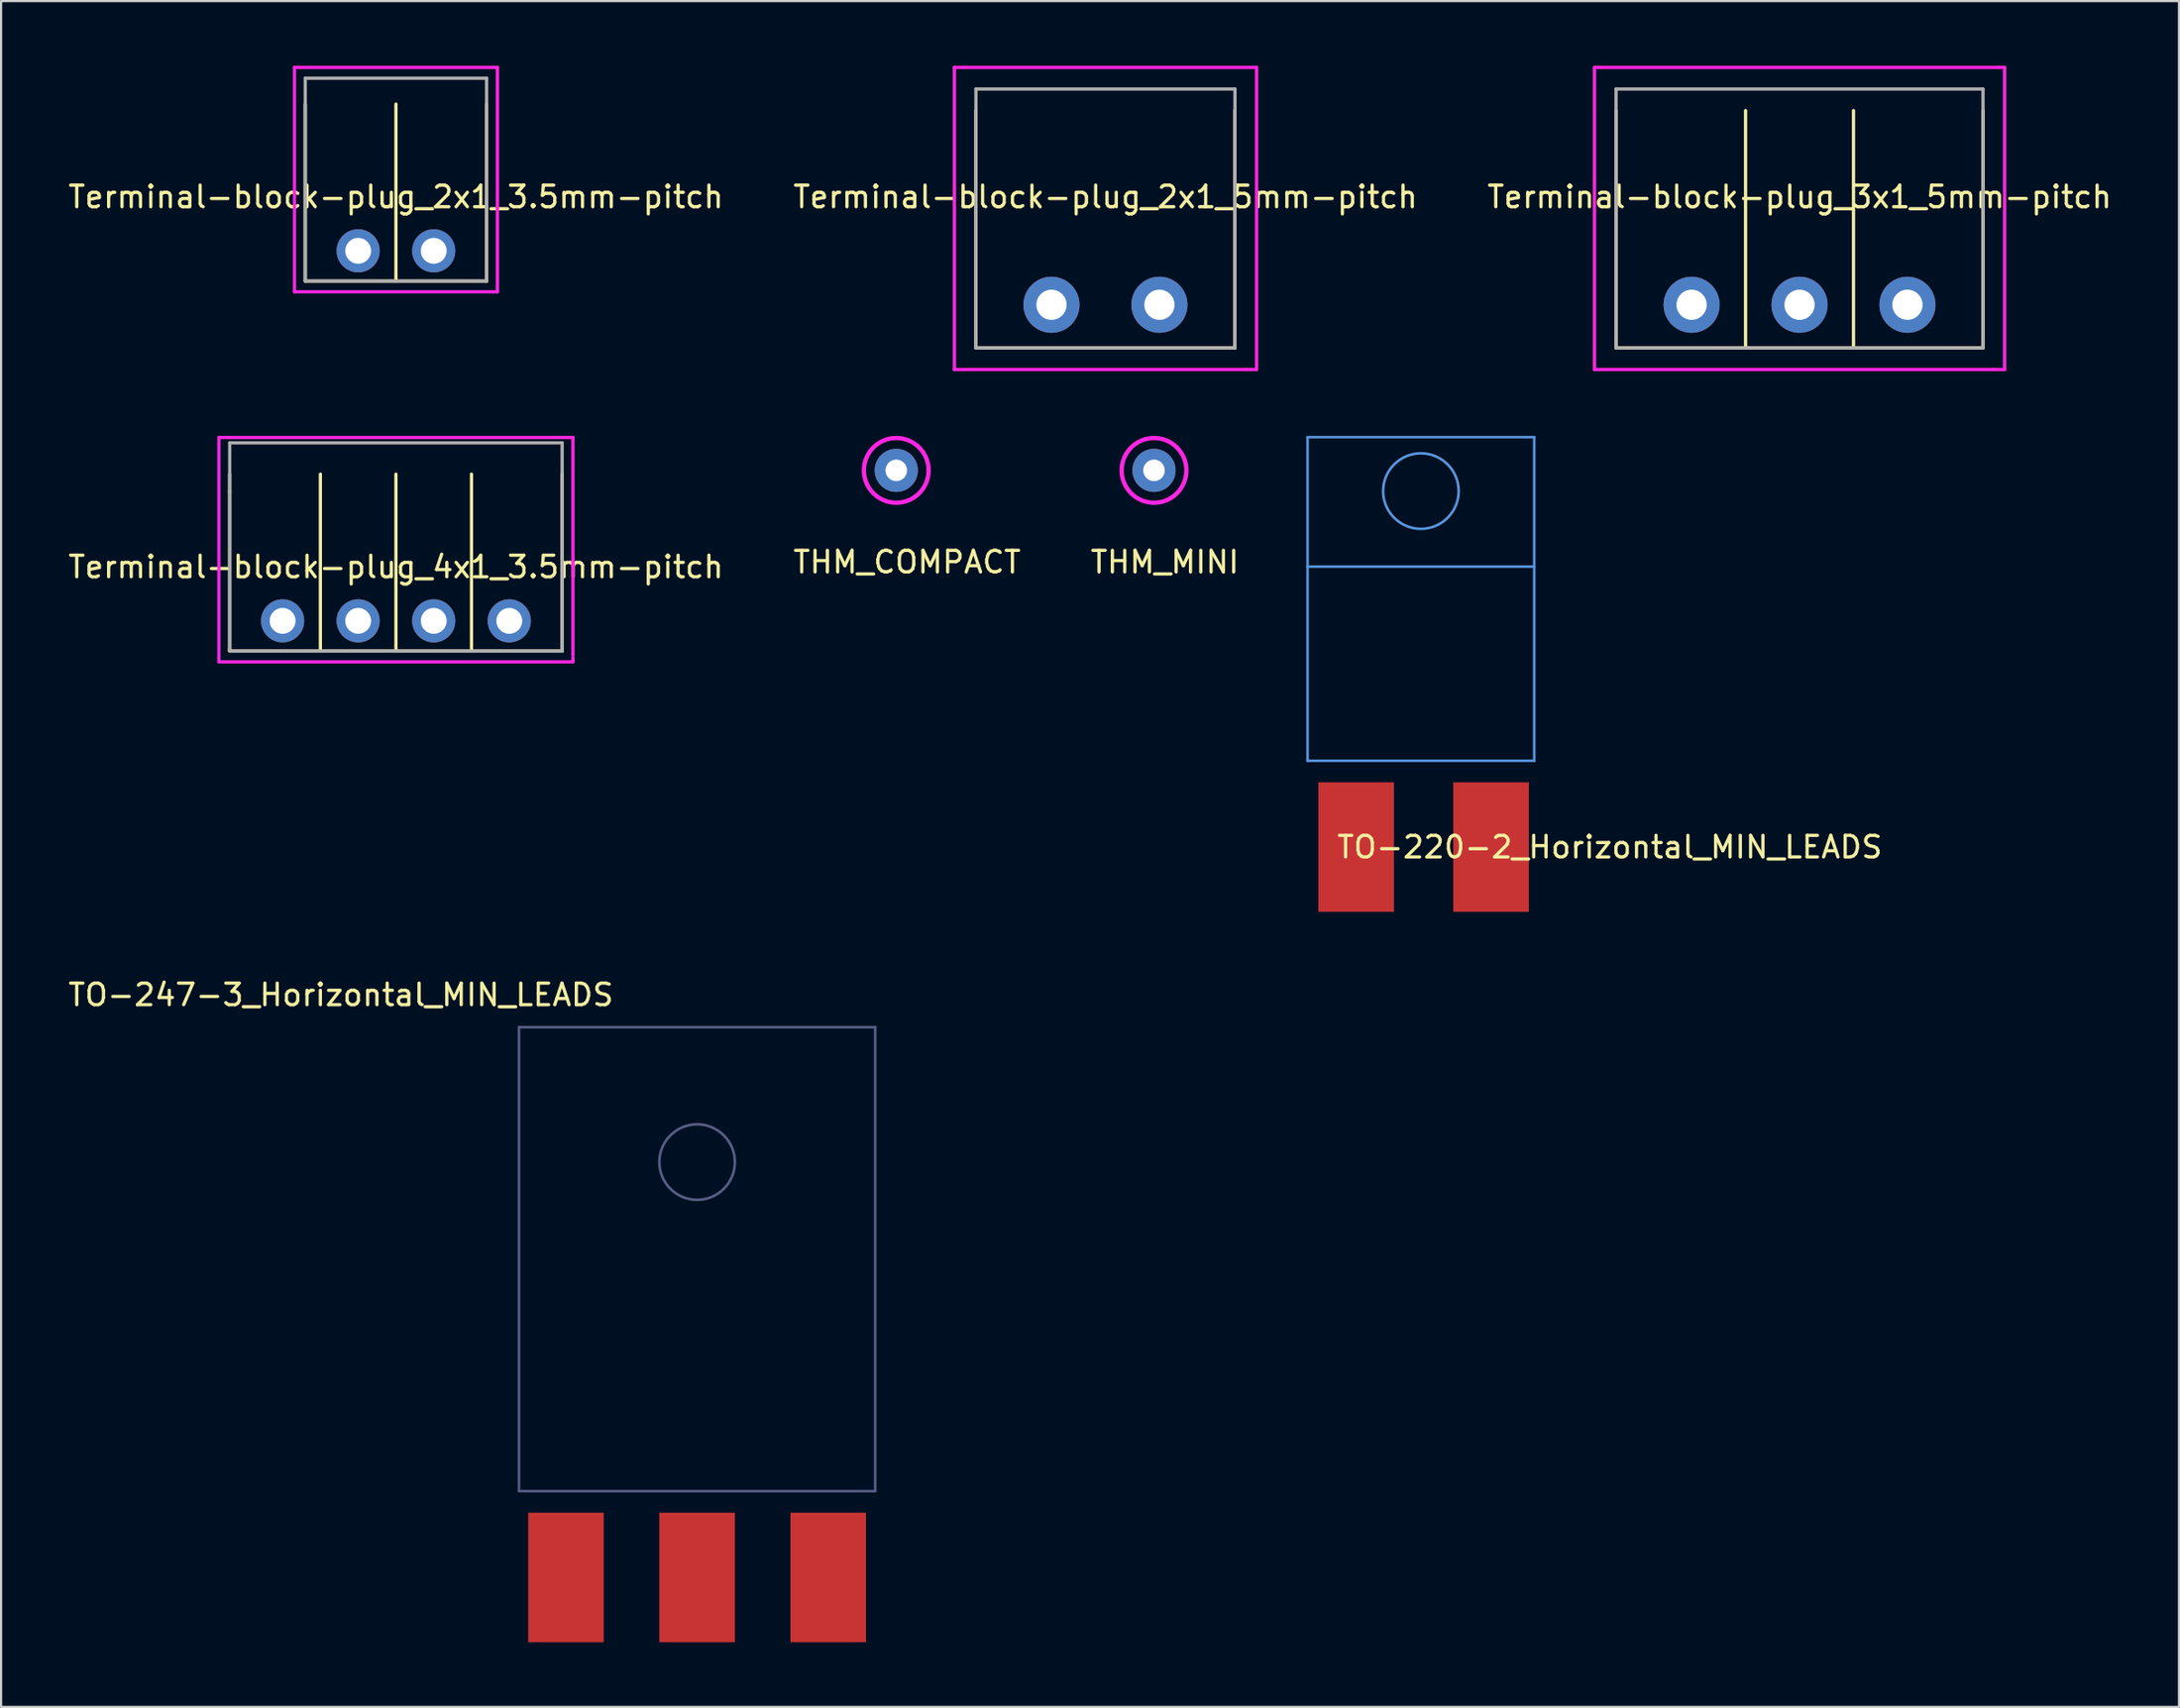
<source format=kicad_pcb>
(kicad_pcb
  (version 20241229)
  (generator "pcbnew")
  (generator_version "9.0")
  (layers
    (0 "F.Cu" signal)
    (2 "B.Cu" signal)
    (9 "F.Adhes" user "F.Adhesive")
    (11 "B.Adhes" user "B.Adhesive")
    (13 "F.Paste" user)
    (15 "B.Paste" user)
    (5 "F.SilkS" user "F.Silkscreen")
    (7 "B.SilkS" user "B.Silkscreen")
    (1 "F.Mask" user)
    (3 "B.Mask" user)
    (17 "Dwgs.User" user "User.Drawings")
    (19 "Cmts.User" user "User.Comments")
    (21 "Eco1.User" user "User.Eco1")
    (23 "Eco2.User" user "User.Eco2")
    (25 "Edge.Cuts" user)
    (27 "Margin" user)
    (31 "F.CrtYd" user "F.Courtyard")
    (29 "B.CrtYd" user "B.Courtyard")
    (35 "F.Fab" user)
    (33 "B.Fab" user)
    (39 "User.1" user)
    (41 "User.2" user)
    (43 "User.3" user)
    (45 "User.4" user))
  (footprint "Terminal-block-plug_4x1_3.5mm-pitch"
    (layer "F.Cu")
    (at 15.292 25.725)
    (property "Reference" "Terminal-block-plug_4x1_3.5mm-pitch" (at 0 -2.5 0) (layer "F.SilkS") (effects (font (size 1 1) (thickness 0.15))))
    (attr through_hole)
    (fp_line (start -7.7 -6.8) (end -7.7 -6) (stroke (width 0.15) (type solid)) (layer "F.SilkS"))
    (fp_line (start -7.7 -6) (end -7.7 1.3) (stroke (width 0.15) (type solid)) (layer "F.SilkS"))
    (fp_line (start -7.7 1.3) (end -7.7 1.4) (stroke (width 0.15) (type solid)) (layer "F.SilkS"))
    (fp_line (start -7.7 1.4) (end 7.7 1.4) (stroke (width 0.15) (type solid)) (layer "F.SilkS"))
    (fp_line (start -3.5 1.4) (end -3.5 -6.8) (stroke (width 0.15) (type solid)) (layer "F.SilkS"))
    (fp_line (start 0 1.4) (end 0 -6.8) (stroke (width 0.15) (type solid)) (layer "F.SilkS"))
    (fp_line (start 3.5 1.4) (end 3.5 -6.8) (stroke (width 0.15) (type solid)) (layer "F.SilkS"))
    (fp_line (start 7.7 1.4) (end 7.7 -6.8) (stroke (width 0.15) (type solid)) (layer "F.SilkS"))
    (fp_line (start -8.2 -8.5) (end 8.2 -8.5) (stroke (width 0.15) (type solid)) (layer "F.CrtYd"))
    (fp_line (start -8.2 1.9) (end -8.2 -8.5) (stroke (width 0.15) (type solid)) (layer "F.CrtYd"))
    (fp_line (start -8.2 1.9) (end 8.2 1.9) (stroke (width 0.15) (type solid)) (layer "F.CrtYd"))
    (fp_line (start 8.2 -8.5) (end 8.2 1.6) (stroke (width 0.15) (type solid)) (layer "F.CrtYd"))
    (fp_line (start 8.2 1.9) (end 8.2 1.7) (stroke (width 0.15) (type solid)) (layer "F.CrtYd"))
    (fp_line (start -7.7 -8.25) (end 7.7 -8.25) (stroke (width 0.15) (type solid)) (layer "F.Fab"))
    (fp_line (start -7.7 1.4) (end -7.7 -8.25) (stroke (width 0.15) (type solid)) (layer "F.Fab"))
    (fp_line (start 7.7 -8.25) (end 7.7 1.4) (stroke (width 0.15) (type solid)) (layer "F.Fab"))
    (fp_line (start 7.7 1.4) (end -7.7 1.4) (stroke (width 0.15) (type solid)) (layer "F.Fab"))
    (pad "1" thru_hole circle (at -5.25 0) (size 2 2) (drill 1.2) (layers "*.Cu" "*.Mask"))
    (pad "2" thru_hole circle (at -1.75 0) (size 2 2) (drill 1.2) (layers "*.Cu" "*.Mask"))
    (pad "3" thru_hole circle (at 1.75 0) (size 2 2) (drill 1.2) (layers "*.Cu" "*.Mask"))
    (pad "4" thru_hole circle (at 5.25 0) (size 2 2) (drill 1.2) (layers "*.Cu" "*.Mask")))
  (footprint "TO-220-2_Horizontal_MIN_LEADS"
    (layer "F.Cu")
    (at 62.774 36.21)
    (property "Reference" "TO-220-2_Horizontal_MIN_LEADS" (at 8.75 0 0) (layer "F.SilkS") (effects (font (size 1 1) (thickness 0.15))))
    (attr through_hole)
    (fp_line (start -5.25 -19) (end -5.25 -4) (stroke (width 0.12) (type solid)) (layer "Cmts.User"))
    (fp_line (start -5.25 -13) (end 5.25 -13) (stroke (width 0.12) (type solid)) (layer "Cmts.User"))
    (fp_line (start -5.25 -4) (end 5.25 -4) (stroke (width 0.12) (type solid)) (layer "Cmts.User"))
    (fp_line (start 5.25 -19) (end -5.25 -19) (stroke (width 0.12) (type solid)) (layer "Cmts.User"))
    (fp_line (start 5.25 -4) (end 5.25 -19) (stroke (width 0.12) (type solid)) (layer "Cmts.User"))
    (fp_circle (center 0 -16.5) (end 1.75 -16.5) (stroke (width 0.12) (type solid)) (fill no) (layer "Cmts.User"))
    (pad "1" smd rect (at -3 0) (size 3.5 6) (layers "F.Cu" "F.Mask"))
    (pad "2" smd rect (at 3.25 0) (size 3.5 6) (layers "F.Cu" "F.Mask")))
  (footprint "TO-247-3_Horizontal_MIN_LEADS"
    (layer "F.Cu")
    (at 29.244 70.058)
    (property "Reference" "TO-247-3_Horizontal_MIN_LEADS" (at -16.5 -27 0) (layer "F.SilkS") (effects (font (size 1 1) (thickness 0.15))))
    (attr through_hole)
    (fp_line (start -8.25 -4) (end -8.25 -25.5) (stroke (width 0.12) (type solid)) (layer "B.Fab"))
    (fp_line (start -8.25 -4) (end 8.25 -4) (stroke (width 0.12) (type solid)) (layer "B.Fab"))
    (fp_line (start 8.25 -25.5) (end -8.25 -25.5) (stroke (width 0.12) (type solid)) (layer "B.Fab"))
    (fp_line (start 8.25 -4) (end 8.25 -25.5) (stroke (width 0.12) (type solid)) (layer "B.Fab"))
    (fp_circle (center 0 -19.25) (end 1.75 -19.25) (stroke (width 0.12) (type solid)) (fill no) (layer "B.Fab"))
    (pad "1" smd rect (at -6.075 0) (size 3.5 6) (layers "F.Cu" "F.Mask"))
    (pad "2" smd rect (at 0 0) (size 3.5 6) (layers "F.Cu" "F.Mask"))
    (pad "3" smd rect (at 6.075 0) (size 3.5 6) (layers "F.Cu" "F.Mask")))
  (footprint "Terminal-block-plug_2x1_3.5mm-pitch"
    (layer "F.Cu")
    (at 15.292 8.575)
    (property "Reference" "Terminal-block-plug_2x1_3.5mm-pitch" (at 0 -2.5 0) (layer "F.SilkS") (effects (font (size 1 1) (thickness 0.15))))
    (attr through_hole)
    (fp_line (start -4.2 -6.8) (end -4.2 1.4) (stroke (width 0.15) (type solid)) (layer "F.SilkS"))
    (fp_line (start -4.2 1.4) (end 4.2 1.4) (stroke (width 0.15) (type solid)) (layer "F.SilkS"))
    (fp_line (start 0 1.4) (end 0 -6.8) (stroke (width 0.15) (type solid)) (layer "F.SilkS"))
    (fp_line (start 4.2 1.4) (end 4.2 -6.8) (stroke (width 0.15) (type solid)) (layer "F.SilkS"))
    (fp_line (start -4.7 -8.5) (end 4.7 -8.5) (stroke (width 0.15) (type solid)) (layer "F.CrtYd"))
    (fp_line (start -4.7 1.9) (end -4.7 -8.5) (stroke (width 0.15) (type solid)) (layer "F.CrtYd"))
    (fp_line (start 4.7 -8.5) (end 4.7 1.9) (stroke (width 0.15) (type solid)) (layer "F.CrtYd"))
    (fp_line (start 4.7 1.9) (end -4.7 1.9) (stroke (width 0.15) (type solid)) (layer "F.CrtYd"))
    (fp_line (start -4.2 1.4) (end -4.2 -8) (stroke (width 0.15) (type solid)) (layer "F.Fab"))
    (fp_line (start -4.2 1.4) (end 4.2 1.4) (stroke (width 0.15) (type solid)) (layer "F.Fab"))
    (fp_line (start 4.2 -8) (end -4.2 -8) (stroke (width 0.15) (type solid)) (layer "F.Fab"))
    (fp_line (start 4.2 1.4) (end 4.2 -8) (stroke (width 0.15) (type solid)) (layer "F.Fab"))
    (pad "1" thru_hole circle (at -1.75 0) (size 2 2) (drill 1.2) (layers "*.Cu" "*.Mask"))
    (pad "2" thru_hole circle (at 1.75 0) (size 2 2) (drill 1.2) (layers "*.Cu" "*.Mask")))
  (footprint "Terminal-block-plug_2x1_5mm-pitch"
    (layer "F.Cu")
    (at 48.161 11.075)
    (property "Reference" "Terminal-block-plug_2x1_5mm-pitch" (at 0 -5 0) (layer "F.SilkS") (effects (font (size 1 1) (thickness 0.15))))
    (attr through_hole)
    (fp_line (start -6 2) (end -6 -9) (stroke (width 0.15) (type solid)) (layer "F.SilkS"))
    (fp_line (start 6 2) (end -6 2) (stroke (width 0.15) (type solid)) (layer "F.SilkS"))
    (fp_line (start 6 2) (end 6 -9) (stroke (width 0.15) (type solid)) (layer "F.SilkS"))
    (fp_line (start -7 -11) (end 7 -11) (stroke (width 0.15) (type solid)) (layer "F.CrtYd"))
    (fp_line (start -7 3) (end -7 -11) (stroke (width 0.15) (type solid)) (layer "F.CrtYd"))
    (fp_line (start 6.5 3) (end -7 3) (stroke (width 0.15) (type solid)) (layer "F.CrtYd"))
    (fp_line (start 7 -11) (end 7 3) (stroke (width 0.15) (type solid)) (layer "F.CrtYd"))
    (fp_line (start 7 3) (end 6.5 3) (stroke (width 0.15) (type solid)) (layer "F.CrtYd"))
    (fp_line (start -6 -10) (end 6 -10) (stroke (width 0.15) (type solid)) (layer "F.Fab"))
    (fp_line (start -6 2) (end -6 -10) (stroke (width 0.15) (type solid)) (layer "F.Fab"))
    (fp_line (start 6 -10) (end 6 2) (stroke (width 0.15) (type solid)) (layer "F.Fab"))
    (fp_line (start 6 2) (end -6 2) (stroke (width 0.15) (type solid)) (layer "F.Fab"))
    (pad "1" thru_hole circle (at -2.5 0) (size 2.6 2.6) (drill 1.4) (layers "*.Cu" "*.Mask"))
    (pad "2" thru_hole circle (at 2.5 0) (size 2.6 2.6) (drill 1.4) (layers "*.Cu" "*.Mask")))
  (footprint "Terminal-block-plug_3x1_5mm-pitch"
    (layer "F.Cu")
    (at 80.315 11.075)
    (property "Reference" "Terminal-block-plug_3x1_5mm-pitch" (at 0 -5 0) (layer "F.SilkS") (effects (font (size 1 1) (thickness 0.15))))
    (attr through_hole)
    (fp_line (start -8.5 2) (end -8.5 -9) (stroke (width 0.15) (type solid)) (layer "F.SilkS"))
    (fp_line (start -2.5 -9) (end -2.5 2) (stroke (width 0.15) (type solid)) (layer "F.SilkS"))
    (fp_line (start 2.5 2) (end 2.5 -9) (stroke (width 0.15) (type solid)) (layer "F.SilkS"))
    (fp_line (start 8.5 2) (end -8.5 2) (stroke (width 0.15) (type solid)) (layer "F.SilkS"))
    (fp_line (start 8.5 2) (end 8.5 -9) (stroke (width 0.15) (type solid)) (layer "F.SilkS"))
    (fp_line (start -9.5 -11) (end 9.5 -11) (stroke (width 0.15) (type solid)) (layer "F.CrtYd"))
    (fp_line (start -9.5 3) (end -9.5 -11) (stroke (width 0.15) (type solid)) (layer "F.CrtYd"))
    (fp_line (start 9 3) (end -9.5 3) (stroke (width 0.15) (type solid)) (layer "F.CrtYd"))
    (fp_line (start 9.5 -11) (end 9.5 3) (stroke (width 0.15) (type solid)) (layer "F.CrtYd"))
    (fp_line (start 9.5 3) (end 9 3) (stroke (width 0.15) (type solid)) (layer "F.CrtYd"))
    (fp_line (start -8.5 -10) (end 8.5 -10) (stroke (width 0.15) (type solid)) (layer "F.Fab"))
    (fp_line (start -8.5 2) (end -8.5 -10) (stroke (width 0.15) (type solid)) (layer "F.Fab"))
    (fp_line (start 8.5 -10) (end 8.5 2) (stroke (width 0.15) (type solid)) (layer "F.Fab"))
    (fp_line (start 8.5 2) (end -8.5 2) (stroke (width 0.15) (type solid)) (layer "F.Fab"))
    (pad "1" thru_hole circle (at -5 0) (size 2.6 2.6) (drill 1.4) (layers "*.Cu" "*.Mask"))
    (pad "2" thru_hole circle (at 0 0) (size 2.6 2.6) (drill 1.4) (layers "*.Cu" "*.Mask"))
    (pad "3" thru_hole circle (at 5 0) (size 2.6 2.6) (drill 1.4) (layers "*.Cu" "*.Mask")))
  (footprint "THM_MINI"
    (layer "F.Cu")
    (at 50.411 18.75)
    (property "Reference" "THM_MINI" (at 0.5 4.25 0) (layer "F.SilkS") (effects (font (size 1 1) (thickness 0.15))))
    (attr through_hole)
    (fp_circle (center 0 0) (end 1.5 0) (stroke (width 0.2) (type solid)) (fill no) (layer "F.CrtYd"))
    (pad "1" thru_hole circle (at 0 0) (size 2 2) (drill 1) (layers "*.Cu" "*.Mask")))
  (footprint "THM_COMPACT"
    (layer "F.Cu")
    (at 38.47 18.75)
    (property "Reference" "THM_COMPACT" (at 0.5 4.25 0) (layer "F.SilkS") (effects (font (size 1 1) (thickness 0.15))))
    (attr through_hole)
    (fp_circle (center 0 0) (end 1.5 0) (stroke (width 0.2) (type solid)) (fill no) (layer "F.CrtYd"))
    (pad "1" thru_hole circle (at 0 0) (size 2 2) (drill 1) (layers "*.Cu" "*.Mask")))
  (gr_rect
    (start -3 -3)
    (end 97.893 76.058)
    (stroke (width 0.1) (type default))
    (fill no)
    (layer "Edge.Cuts")))
</source>
